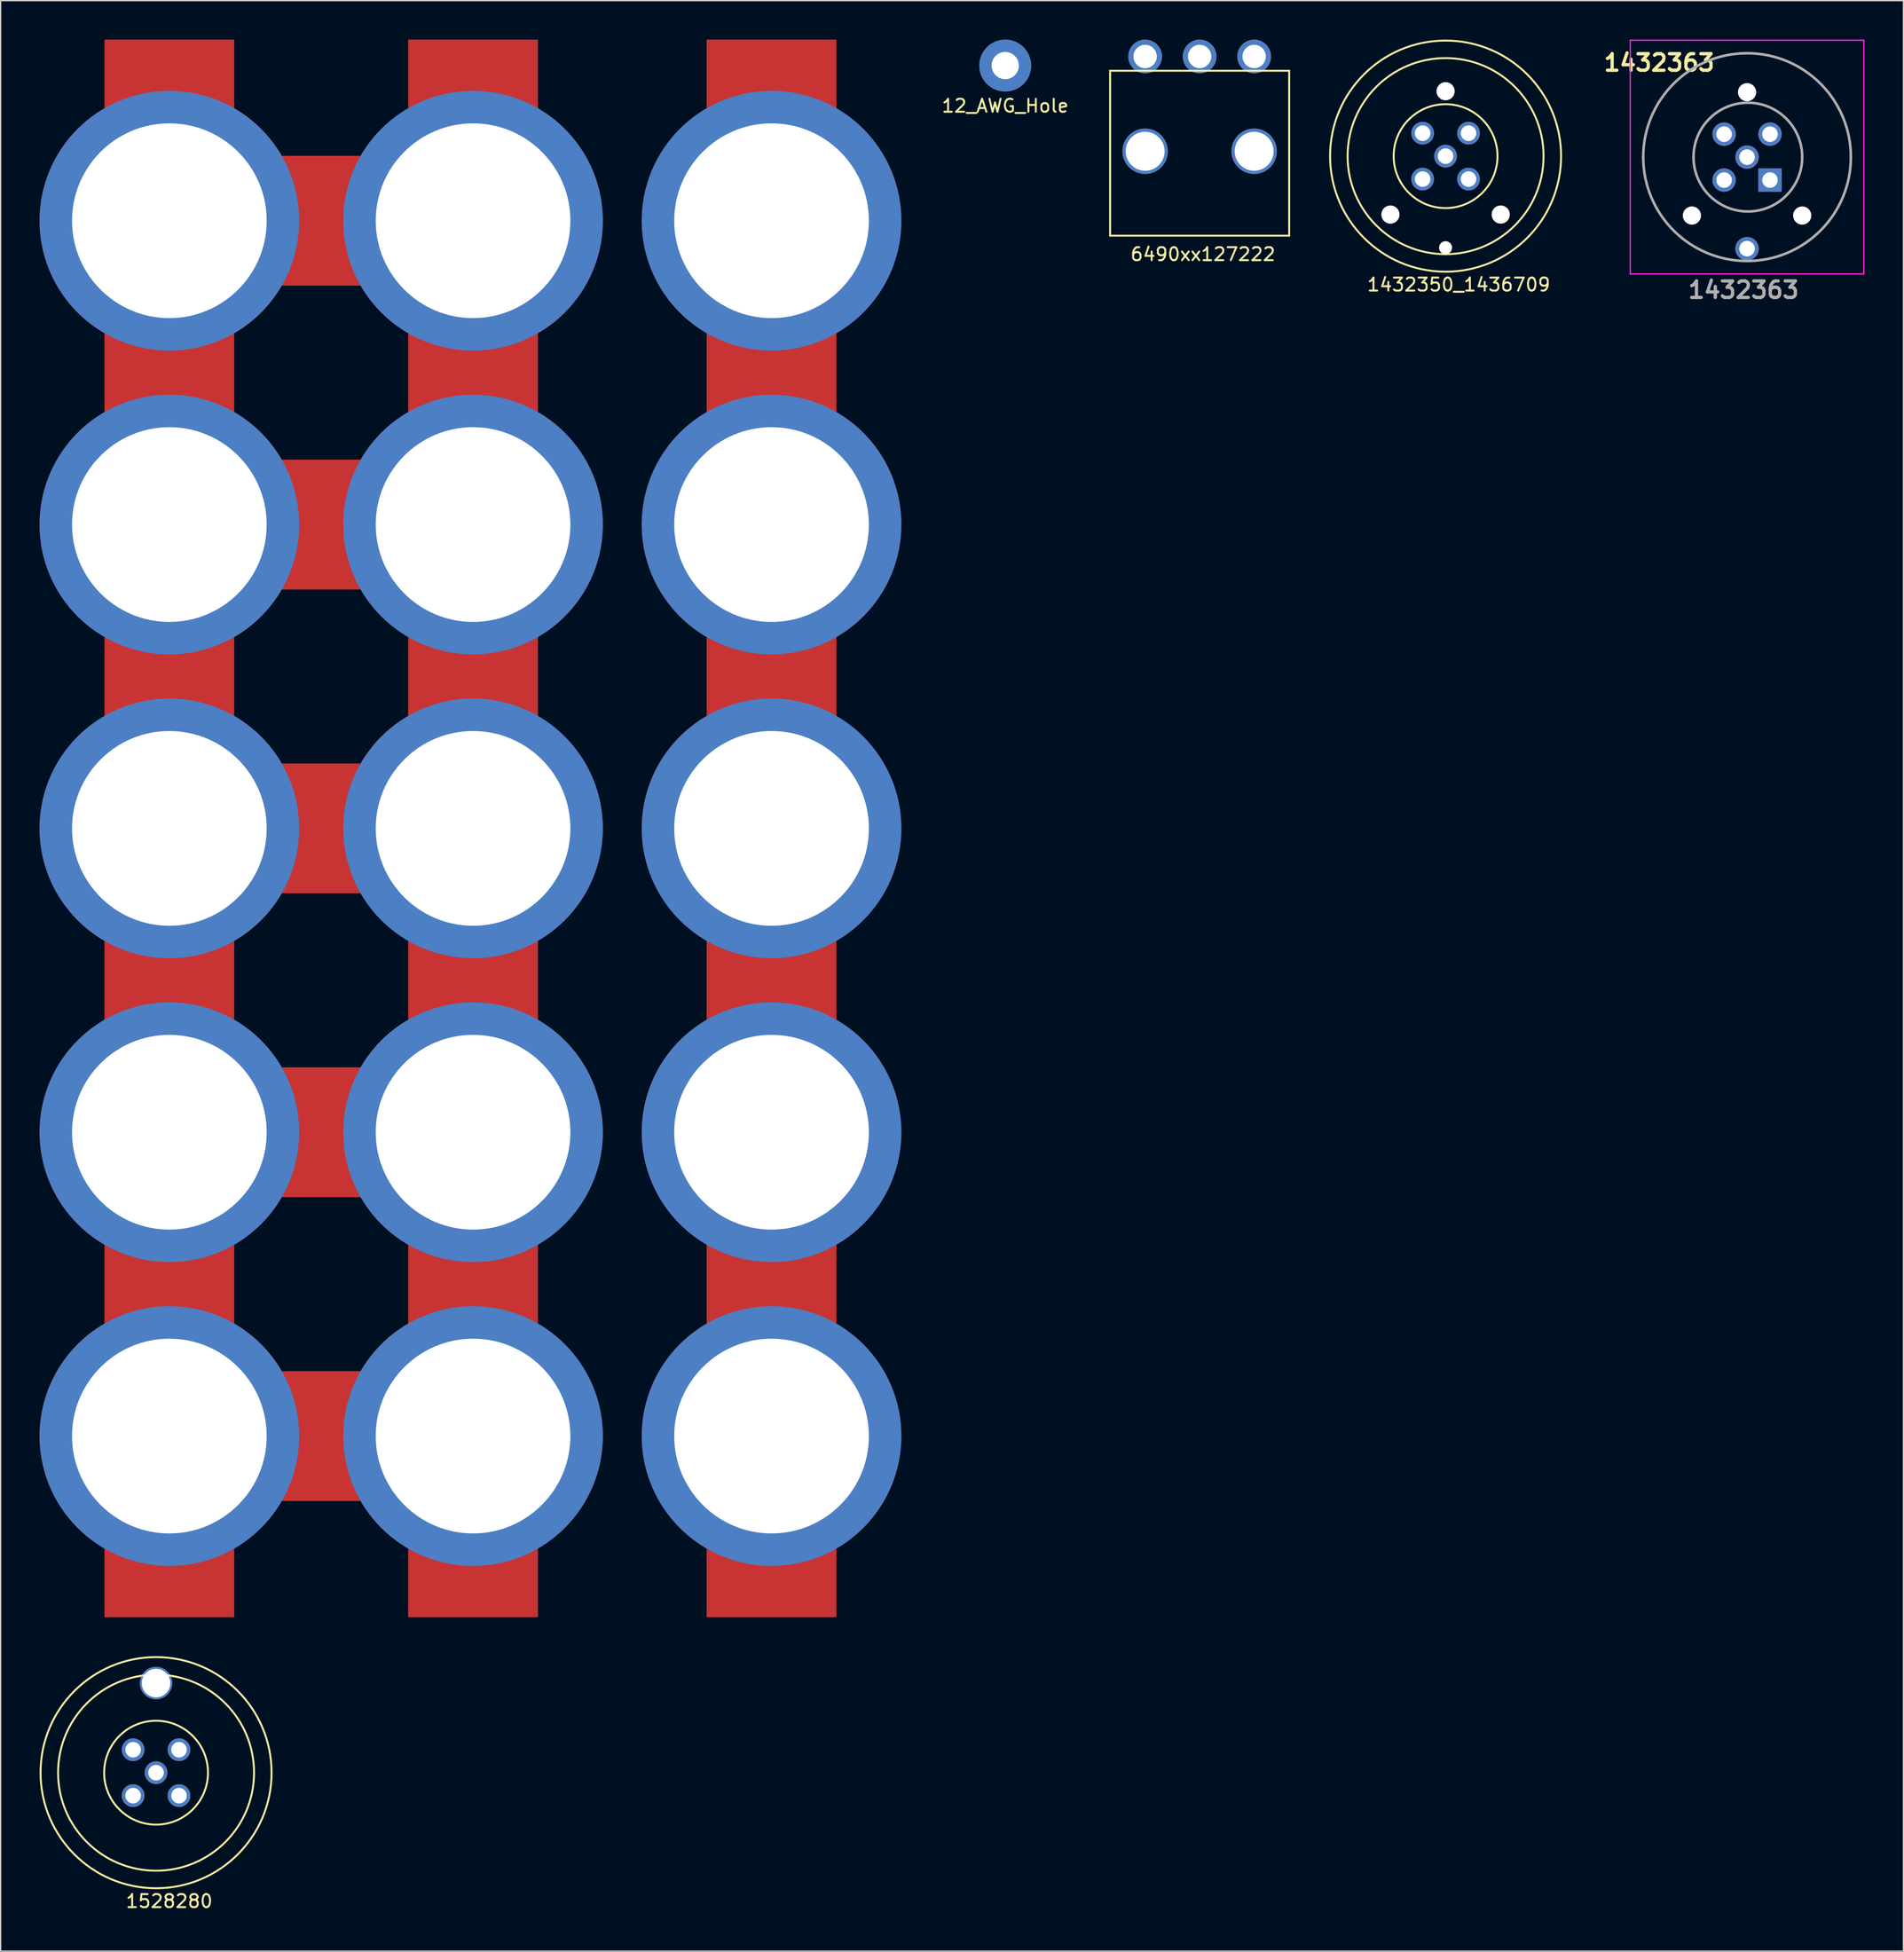
<source format=kicad_pcb>
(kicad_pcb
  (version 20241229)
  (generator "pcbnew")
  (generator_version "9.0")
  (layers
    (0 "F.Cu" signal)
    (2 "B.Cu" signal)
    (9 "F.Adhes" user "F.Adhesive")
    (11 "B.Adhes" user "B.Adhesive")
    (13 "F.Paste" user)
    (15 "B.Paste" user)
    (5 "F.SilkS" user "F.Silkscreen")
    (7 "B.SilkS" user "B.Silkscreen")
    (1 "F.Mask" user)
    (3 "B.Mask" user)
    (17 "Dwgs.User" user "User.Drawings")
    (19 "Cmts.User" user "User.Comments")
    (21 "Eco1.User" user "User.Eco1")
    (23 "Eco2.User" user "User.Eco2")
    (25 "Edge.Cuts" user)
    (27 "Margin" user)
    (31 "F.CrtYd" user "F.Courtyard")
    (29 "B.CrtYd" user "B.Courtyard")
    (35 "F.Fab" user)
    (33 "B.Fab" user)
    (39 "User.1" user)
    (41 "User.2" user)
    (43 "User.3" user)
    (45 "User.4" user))
  (footprint "1528280"
    (layer "F.Cu")
    (at 8.975 133.475)
    (property "Reference" "1528280" (at 1.016 9.898 0) (layer "F.SilkS") (effects (font (size 1 1) (thickness 0.15))))
    (attr through_hole)
    (fp_circle (center 0 0) (end 4 0) (stroke (width 0.15) (type solid)) (fill no) (layer "F.SilkS"))
    (fp_circle (center 0 0) (end 7.55 0) (stroke (width 0.15) (type solid)) (fill no) (layer "F.SilkS"))
    (fp_circle (center 0 0) (end 8.9 0) (stroke (width 0.15) (type solid)) (fill no) (layer "F.SilkS"))
    (pad "" np_thru_hole circle (at 0 -6.9) (size 2.5 2.5) (drill 2.2) (layers "*.Cu" "*.Mask"))
    (pad "1" thru_hole circle (at -1.768 -1.768) (size 1.75 1.75) (drill 1.2) (layers "*.Cu" "*.Mask"))
    (pad "2" thru_hole circle (at 1.768 -1.768) (size 1.75 1.75) (drill 1.2) (layers "*.Cu" "*.Mask"))
    (pad "3" thru_hole circle (at 1.768 1.768) (size 1.75 1.75) (drill 1.2) (layers "*.Cu" "*.Mask"))
    (pad "4" thru_hole circle (at -1.768 1.768) (size 1.75 1.75) (drill 1.2) (layers "*.Cu" "*.Mask"))
    (pad "5" thru_hole circle (at 0 0) (size 1.75 1.75) (drill 1.2) (layers "*.Cu" "*.Mask")))
  (footprint "5P2_strip"
    (layer "F.Cu")
    (at 10 13.95)
    (property "Reference" "5P2_strip" (at 0 46.3 0) (unlocked yes) (layer "F.SilkS") (effects (font (size 1 1) (thickness 0.1))))
    (attr smd)
    (fp_text user "${REFERENCE}" (at 0 49.3 0) (unlocked yes) (layer "F.Fab") (effects (font (size 1 1) (thickness 0.15))))
    (fp_text user "${REFERENCE}" (at 23.4 49.3 0) (unlocked yes) (layer "F.Fab") (effects (font (size 1 1) (thickness 0.15))))
    (pad "1" thru_hole circle (at 0 0) (size 20 20) (drill 15) (layers "*.Cu" "F.Mask"))
    (pad "1" thru_hole circle (at 0 23.4) (size 20 20) (drill 15) (layers "*.Cu" "F.Mask"))
    (pad "1" smd rect (at 0 46.8) (size 10 121.5) (layers "F.Cu" "F.Mask" "F.Paste"))
    (pad "1" thru_hole circle (at 0 46.8) (size 20 20) (drill 15) (layers "*.Cu" "F.Mask"))
    (pad "1" thru_hole circle (at 0 70.2) (size 20 20) (drill 15) (layers "*.Cu" "F.Mask"))
    (pad "1" thru_hole circle (at 0 93.6) (size 20 20) (drill 15) (layers "*.Cu" "F.Mask"))
    (pad "1" smd rect (at 11.7 0) (size 23.4 10) (layers "F.Cu" "F.Mask" "F.Paste"))
    (pad "1" smd rect (at 11.7 23.4) (size 23.4 10) (layers "F.Cu" "F.Mask" "F.Paste"))
    (pad "1" smd rect (at 11.7 46.8) (size 23.4 10) (layers "F.Cu" "F.Mask" "F.Paste"))
    (pad "1" smd rect (at 11.7 70.2) (size 23.4 10) (layers "F.Cu" "F.Mask" "F.Paste"))
    (pad "1" smd rect (at 11.7 93.6) (size 23.4 10) (layers "F.Cu" "F.Mask" "F.Paste"))
    (pad "1" thru_hole circle (at 23.4 0) (size 20 20) (drill 15) (layers "*.Cu" "F.Mask"))
    (pad "1" thru_hole circle (at 23.4 23.4) (size 20 20) (drill 15) (layers "*.Cu" "F.Mask"))
    (pad "1" smd rect (at 23.4 46.8) (size 10 121.5) (layers "F.Cu" "F.Mask" "F.Paste"))
    (pad "1" thru_hole circle (at 23.4 46.8) (size 20 20) (drill 15) (layers "*.Cu" "F.Mask"))
    (pad "1" thru_hole circle (at 23.4 70.2) (size 20 20) (drill 15) (layers "*.Cu" "F.Mask"))
    (pad "1" thru_hole circle (at 23.4 93.6) (size 20 20) (drill 15) (layers "*.Cu" "F.Mask")))
  (footprint "6490xx127222"
    (layer "F.Cu")
    (at 89.387 1.3)
    (property "Reference" "6490xx127222" (at 0.254 15.232 0) (layer "F.SilkS") (effects (font (size 1 1) (thickness 0.15))))
    (attr through_hole)
    (fp_line (start -6.9 1.1) (end -6.9 13.8) (stroke (width 0.15) (type solid)) (layer "F.SilkS"))
    (fp_line (start -6.9 1.1) (end 6.9 1.1) (stroke (width 0.15) (type solid)) (layer "F.SilkS"))
    (fp_line (start -6.9 13.8) (end 6.9 13.8) (stroke (width 0.15) (type solid)) (layer "F.SilkS"))
    (fp_line (start 6.9 1.1) (end 6.9 13.8) (stroke (width 0.15) (type solid)) (layer "F.SilkS"))
    (pad "" np_thru_hole circle (at -4.2 7.3) (size 3.5 3.5) (drill 3) (layers "*.Cu" "*.Mask"))
    (pad "" np_thru_hole circle (at 4.2 7.3) (size 3.5 3.5) (drill 3) (layers "*.Cu" "*.Mask"))
    (pad "1" thru_hole circle (at 4.2 0) (size 2.6 2.6) (drill 1.8) (layers "*.Cu" "*.Mask"))
    (pad "2" thru_hole circle (at 0 0) (size 2.6 2.6) (drill 1.8) (layers "*.Cu" "*.Mask"))
    (pad "3" thru_hole circle (at -4.2 0) (size 2.6 2.6) (drill 1.8) (layers "*.Cu" "*.Mask")))
  (footprint "5P_strip"
    (layer "F.Cu")
    (at 56.4 60.75)
    (property "Reference" "5P_strip" (at 0 -0.5 0) (unlocked yes) (layer "F.SilkS") (effects (font (size 1 1) (thickness 0.1))))
    (attr smd)
    (fp_text user "${REFERENCE}" (at 0 2.5 0) (unlocked yes) (layer "F.Fab") (effects (font (size 1 1) (thickness 0.15))))
    (pad "1" thru_hole circle (at 0 -46.8) (size 20 20) (drill 15) (layers "*.Cu" "F.Mask"))
    (pad "1" thru_hole circle (at 0 -23.4) (size 20 20) (drill 15) (layers "*.Cu" "F.Mask"))
    (pad "1" smd rect (at 0 0) (size 10 121.5) (layers "F.Cu" "F.Mask" "F.Paste"))
    (pad "1" thru_hole circle (at 0 0) (size 20 20) (drill 15) (layers "*.Cu" "F.Mask"))
    (pad "1" thru_hole circle (at 0 23.4) (size 20 20) (drill 15) (layers "*.Cu" "F.Mask"))
    (pad "1" thru_hole circle (at 0 46.8) (size 20 20) (drill 15) (layers "*.Cu" "F.Mask")))
  (footprint "1432350_1436709"
    (layer "F.Cu")
    (at 108.337 8.975)
    (property "Reference" "1432350_1436709" (at 1.016 9.898 0) (layer "F.SilkS") (effects (font (size 1 1) (thickness 0.15))))
    (attr through_hole)
    (fp_circle (center 0 0) (end 4 0) (stroke (width 0.15) (type solid)) (fill no) (layer "F.SilkS"))
    (fp_circle (center 0 0) (end 7.55 0) (stroke (width 0.15) (type solid)) (fill no) (layer "F.SilkS"))
    (fp_circle (center 0 0) (end 8.9 0) (stroke (width 0.15) (type solid)) (fill no) (layer "F.SilkS"))
    (pad "" np_thru_hole circle (at -4.25 4.5) (size 1.4 1.4) (drill 1.4) (layers "*.Cu" "*.Mask"))
    (pad "" np_thru_hole circle (at 0 -5) (size 1.4 1.4) (drill 1.4) (layers "*.Cu" "*.Mask"))
    (pad "" np_thru_hole circle (at 0 7.05) (size 1 1) (drill 1) (layers "*.Cu" "*.Mask"))
    (pad "" np_thru_hole circle (at 4.25 4.5) (size 1.4 1.4) (drill 1.4) (layers "*.Cu" "*.Mask"))
    (pad "1" thru_hole circle (at 1.768 -1.768) (size 1.75 1.75) (drill 1.2) (layers "*.Cu" "*.Mask"))
    (pad "2" thru_hole circle (at -1.768 -1.768) (size 1.75 1.75) (drill 1.2) (layers "*.Cu" "*.Mask"))
    (pad "3" thru_hole circle (at -1.768 1.768) (size 1.75 1.75) (drill 1.2) (layers "*.Cu" "*.Mask"))
    (pad "4" thru_hole circle (at 1.768 1.768) (size 1.75 1.75) (drill 1.2) (layers "*.Cu" "*.Mask"))
    (pad "5" thru_hole circle (at 0 0) (size 1.75 1.75) (drill 1.2) (layers "*.Cu" "*.Mask")))
  (footprint "1432363"
    (layer "F.Cu")
    (at 129.799 7.282)
    (property "Reference" "1432363" (at -5 -5.5 0) (layer "F.SilkS") (effects (font (size 1.27 1.27) (thickness 0.254))))
    (attr through_hole)
    (fp_line (start -6.232 1.768) (end -6.232 1.768) (stroke (width 0.1) (type solid)) (layer "F.SilkS"))
    (fp_line (start 9.768 1.768) (end 9.768 1.768) (stroke (width 0.1) (type solid)) (layer "F.SilkS"))
    (fp_arc (start -6.232 1.768) (mid 1.768 -6.232) (end 9.768 1.768) (stroke (width 0.1) (type solid)) (layer "F.SilkS"))
    (fp_arc (start 9.768 1.768) (mid 1.768 9.768) (end -6.232 1.768) (stroke (width 0.1) (type solid)) (layer "F.SilkS"))
    (fp_line (start -7.232 -7.232) (end 10.768 -7.232) (stroke (width 0.1) (type solid)) (layer "F.CrtYd"))
    (fp_line (start -7.232 10.768) (end -7.232 -7.232) (stroke (width 0.1) (type solid)) (layer "F.CrtYd"))
    (fp_line (start 10.768 -7.232) (end 10.768 10.768) (stroke (width 0.1) (type solid)) (layer "F.CrtYd"))
    (fp_line (start 10.768 10.768) (end -7.232 10.768) (stroke (width 0.1) (type solid)) (layer "F.CrtYd"))
    (fp_line (start -6.232 1.768) (end -6.232 1.768) (stroke (width 0.2) (type solid)) (layer "F.Fab"))
    (fp_line (start -2.357 1.768) (end -2.357 1.768) (stroke (width 0.2) (type solid)) (layer "F.Fab"))
    (fp_line (start 6.018 1.768) (end 6.018 1.768) (stroke (width 0.2) (type solid)) (layer "F.Fab"))
    (fp_line (start 9.768 1.768) (end 9.768 1.768) (stroke (width 0.2) (type solid)) (layer "F.Fab"))
    (fp_arc (start -6.232 1.768) (mid 1.768 -6.232) (end 9.768 1.768) (stroke (width 0.2) (type solid)) (layer "F.Fab"))
    (fp_arc (start -2.357 1.767) (mid 1.831 -2.42) (end 6.018 1.768) (stroke (width 0.2) (type solid)) (layer "F.Fab"))
    (fp_arc (start 6.018 1.767) (mid 1.831 5.955) (end -2.357 1.768) (stroke (width 0.2) (type solid)) (layer "F.Fab"))
    (fp_arc (start 9.768 1.768) (mid 1.768 9.768) (end -6.232 1.768) (stroke (width 0.2) (type solid)) (layer "F.Fab"))
    (fp_text user "${REFERENCE}" (at 1.5 12 0) (layer "F.Fab") (effects (font (size 1.27 1.27) (thickness 0.254))))
    (pad "" np_thru_hole circle (at -2.482 6.268) (size 1.4 1.4) (drill 1.4) (layers "*.Cu" "*.Mask"))
    (pad "" np_thru_hole circle (at 1.768 -3.232) (size 1.4 1.4) (drill 1.4) (layers "*.Cu" "*.Mask"))
    (pad "" np_thru_hole circle (at 6.018 6.268) (size 1.4 1.4) (drill 1.4) (layers "*.Cu" "*.Mask"))
    (pad "1" thru_hole circle (at 0 0) (size 1.8 1.8) (drill 1.2) (layers "*.Cu" "*.Mask"))
    (pad "2" thru_hole circle (at 3.536 0) (size 1.8 1.8) (drill 1.2) (layers "*.Cu" "*.Mask"))
    (pad "3" thru_hole rect (at 3.536 3.536) (size 1.8 1.8) (drill 1.2) (layers "*.Cu" "*.Mask"))
    (pad "4" thru_hole circle (at 0 3.536) (size 1.8 1.8) (drill 1.2) (layers "*.Cu" "*.Mask"))
    (pad "5" thru_hole circle (at 1.768 1.768) (size 1.8 1.8) (drill 1.2) (layers "*.Cu" "*.Mask"))
    (pad "6" thru_hole circle (at 1.768 8.818) (size 1.8 1.8) (drill 1.2) (layers "*.Cu" "*.Mask")))
  (footprint "12_AWG_Hole"
    (layer "F.Cu")
    (at 74.406 2)
    (property "Reference" "12_AWG_Hole" (at 0 3.1 0) (layer "F.SilkS") (effects (font (size 1 1) (thickness 0.15))))
    (attr through_hole)
    (pad "1" thru_hole circle (at 0 0) (size 4 4) (drill 2.1) (layers "*.Cu" "*.Mask")))
  (gr_rect
    (start -3 -3)
    (end 143.617 147.221)
    (stroke (width 0.1) (type default))
    (fill no)
    (layer "Edge.Cuts")))
</source>
